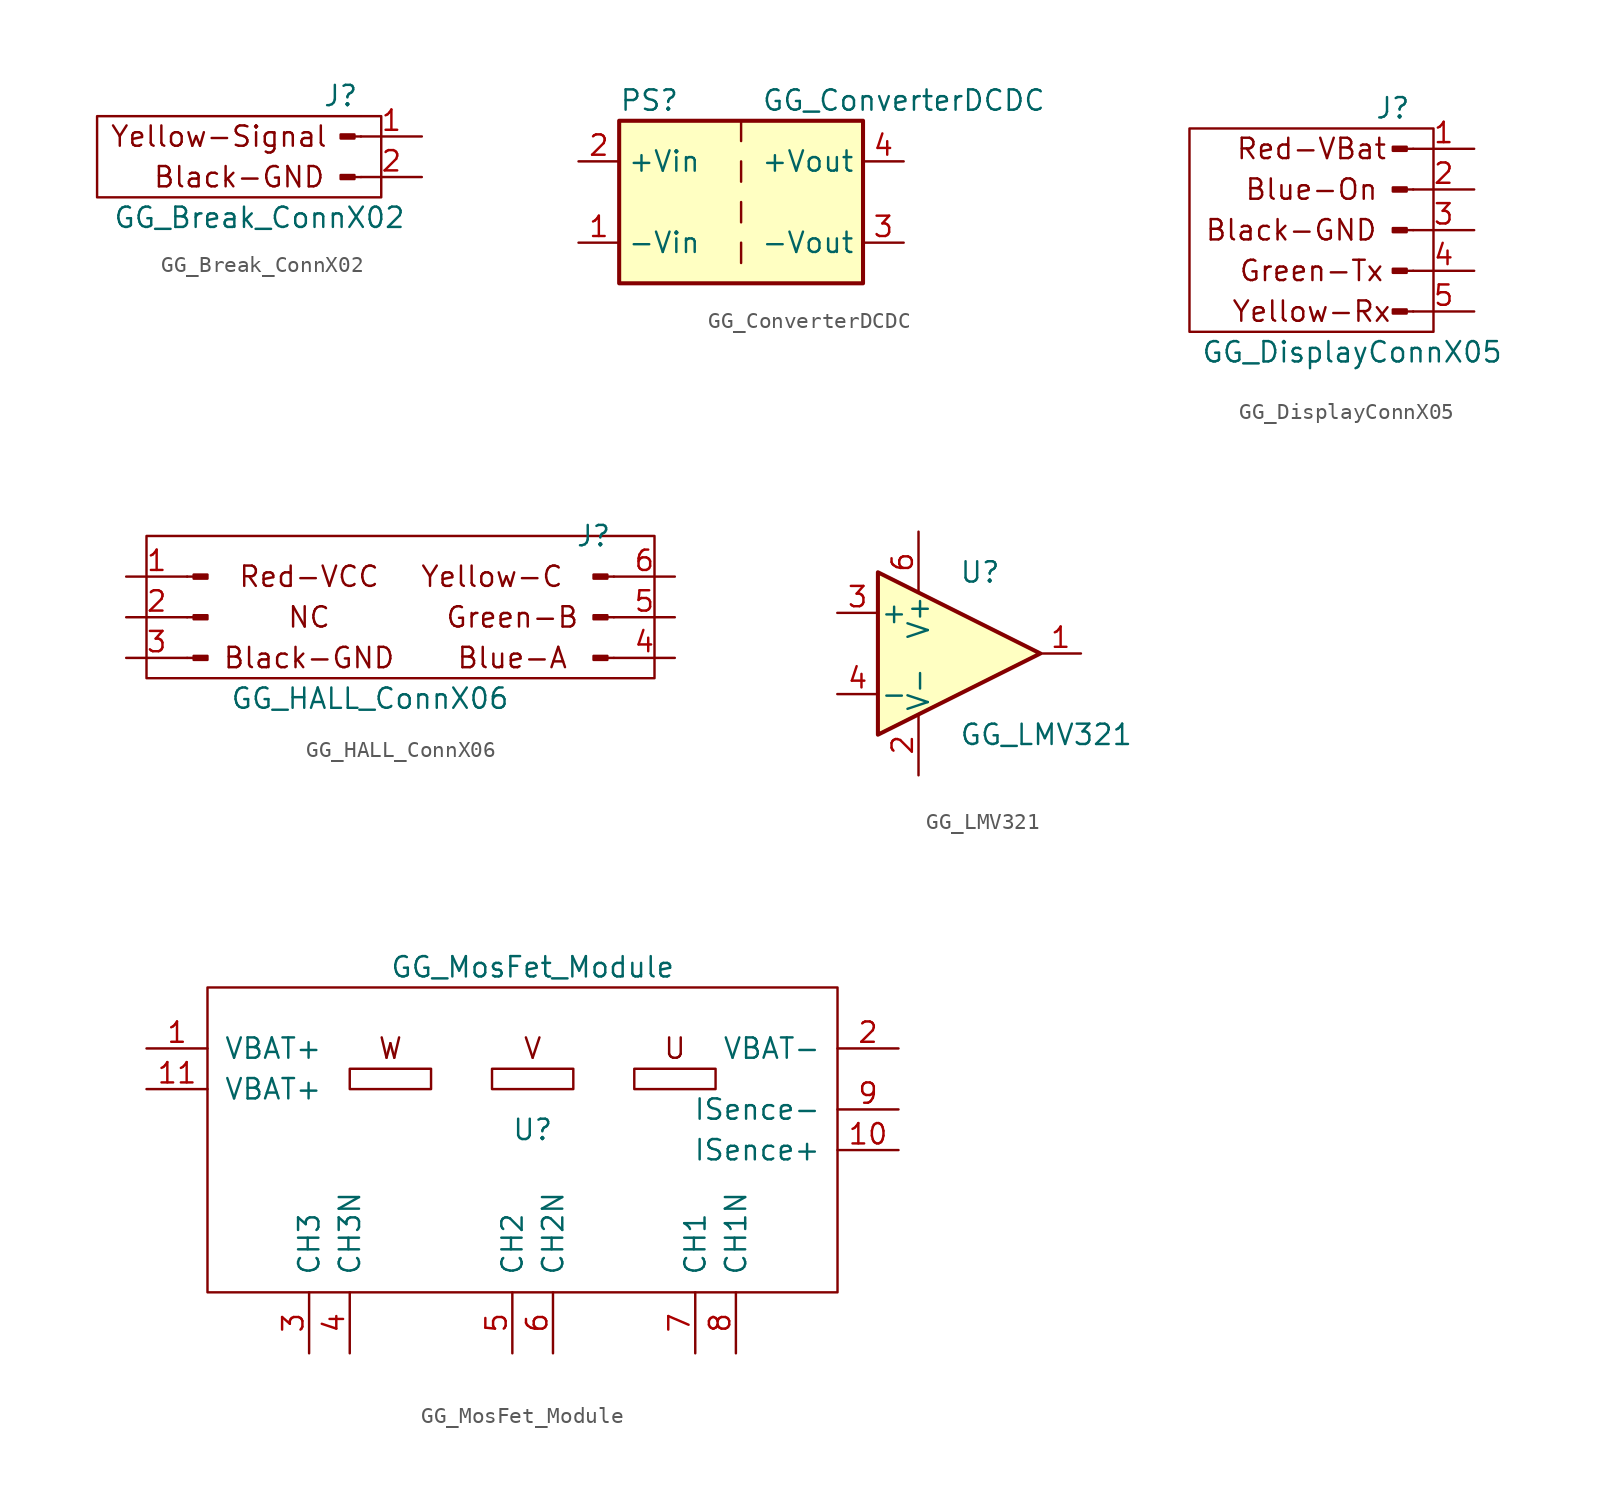
<source format=kicad_sym>
(kicad_symbol_lib
  (version 20211014)
  (generator kicad_symbol_editor)
  (symbol "GG_Break_ConnX02"
    (pin_names
      (offset 1.016) hide)
    (property "Reference" "J"
      (at 0 5.08 0)
      (effects (font (size 1.27 1.27))))
    (property "Value" "GG_Break_ConnX02"
      (at -5.08 -2.54 0)
      (effects (font (size 1.27 1.27))))
    (symbol "GG_Break_ConnX02_0_0"
      (rectangle (start -15.24 3.81) (end 2.54 -1.27) (stroke (width 0) (type default) (color 0 0 0 0)) (fill (type none)))
      (text "Black-GND" (at -6.35 0 0) (effects (font (size 1.27 1.27))))
      (text "Yellow-Signal" (at -7.62 2.54 0) (effects (font (size 1.27 1.27)))))
    (symbol "GG_Break_ConnX02_1_1"
      (polyline (pts (xy 1.27 0) (xy 0.864 0)) (stroke (width 0.152) (type default) (color 0 0 0 0)) (fill (type none)))
      (polyline (pts (xy 1.27 2.54) (xy 0.864 2.54)) (stroke (width 0.152) (type default) (color 0 0 0 0)) (fill (type none)))
      (rectangle (start 0.864 0.127) (end 0 -0.127) (stroke (width 0.152) (type default) (color 0 0 0 0)) (fill (type outline)))
      (rectangle (start 0.864 2.667) (end 0 2.413) (stroke (width 0.152) (type default) (color 0 0 0 0)) (fill (type outline)))
      (pin passive line (at 5.08 2.54 180) (length 3.81) (name "Pin_1" (effects (font (size 1.27 1.27)))) (number "1" (effects (font (size 1.27 1.27)))))
      (pin passive line (at 5.08 0 180) (length 3.81) (name "Pin_2" (effects (font (size 1.27 1.27)))) (number "2" (effects (font (size 1.27 1.27)))))))
  (symbol "GG_ConverterDCDC"
    (property "Reference" "PS"
      (at -7.62 6.35 0)
      (effects (font (size 1.27 1.27)) (justify left)))
    (property "Value" "GG_ConverterDCDC"
      (at 1.27 6.35 0)
      (effects (font (size 1.27 1.27)) (justify left)))
    (symbol "GG_ConverterDCDC_0_0"
      (pin power_in line (at -10.16 -2.54 0) (length 2.54) (name "-Vin" (effects (font (size 1.27 1.27)))) (number "1" (effects (font (size 1.27 1.27)))))
      (pin power_in line (at -10.16 2.54 0) (length 2.54) (name "+Vin" (effects (font (size 1.27 1.27)))) (number "2" (effects (font (size 1.27 1.27)))))
      (pin power_out line (at 10.16 -2.54 180) (length 2.54) (name "-Vout" (effects (font (size 1.27 1.27)))) (number "3" (effects (font (size 1.27 1.27)))))
      (pin power_out line (at 10.16 2.54 180) (length 2.54) (name "+Vout" (effects (font (size 1.27 1.27)))) (number "4" (effects (font (size 1.27 1.27))))))
    (symbol "GG_ConverterDCDC_0_1"
      (rectangle (start -7.62 5.08) (end 7.62 -5.08) (stroke (width 0.254) (type default) (color 0 0 0 0)) (fill (type background)))
      (polyline (pts (xy 0 -2.54) (xy 0 -3.81)) (stroke (width 0) (type default) (color 0 0 0 0)) (fill (type none)))
      (polyline (pts (xy 0 0) (xy 0 -1.27)) (stroke (width 0) (type default) (color 0 0 0 0)) (fill (type none)))
      (polyline (pts (xy 0 2.54) (xy 0 1.27)) (stroke (width 0) (type default) (color 0 0 0 0)) (fill (type none)))
      (polyline (pts (xy 0 5.08) (xy 0 3.81)) (stroke (width 0) (type default) (color 0 0 0 0)) (fill (type none)))))
  (symbol "GG_DisplayConnX05"
    (pin_names
      (offset 1.016) hide)
    (property "Reference" "J"
      (at 0 5.08 0)
      (effects (font (size 1.27 1.27))))
    (property "Value" "GG_DisplayConnX05"
      (at -2.54 -10.16 0)
      (effects (font (size 1.27 1.27))))
    (symbol "GG_DisplayConnX05_0_0"
      (rectangle (start -12.7 3.81) (end 2.54 -8.89) (stroke (width 0) (type default) (color 0 0 0 0)) (fill (type none)))
      (text "Black-GND" (at -6.35 -2.54 0) (effects (font (size 1.27 1.27))))
      (text "Blue-On" (at -5.08 0 0) (effects (font (size 1.27 1.27))))
      (text "Green-Tx" (at -5.08 -5.08 0) (effects (font (size 1.27 1.27))))
      (text "Red-VBat" (at -5.08 2.54 0) (effects (font (size 1.27 1.27))))
      (text "Yellow-Rx" (at -5.08 -7.62 0) (effects (font (size 1.27 1.27)))))
    (symbol "GG_DisplayConnX05_1_1"
      (polyline (pts (xy 1.27 -7.62) (xy 0.864 -7.62)) (stroke (width 0.152) (type default) (color 0 0 0 0)) (fill (type none)))
      (polyline (pts (xy 1.27 -5.08) (xy 0.864 -5.08)) (stroke (width 0.152) (type default) (color 0 0 0 0)) (fill (type none)))
      (polyline (pts (xy 1.27 -2.54) (xy 0.864 -2.54)) (stroke (width 0.152) (type default) (color 0 0 0 0)) (fill (type none)))
      (polyline (pts (xy 1.27 0) (xy 0.864 0)) (stroke (width 0.152) (type default) (color 0 0 0 0)) (fill (type none)))
      (polyline (pts (xy 1.27 2.54) (xy 0.864 2.54)) (stroke (width 0.152) (type default) (color 0 0 0 0)) (fill (type none)))
      (rectangle (start 0.864 -7.493) (end 0 -7.747) (stroke (width 0.152) (type default) (color 0 0 0 0)) (fill (type outline)))
      (rectangle (start 0.864 -4.953) (end 0 -5.207) (stroke (width 0.152) (type default) (color 0 0 0 0)) (fill (type outline)))
      (rectangle (start 0.864 -2.413) (end 0 -2.667) (stroke (width 0.152) (type default) (color 0 0 0 0)) (fill (type outline)))
      (rectangle (start 0.864 0.127) (end 0 -0.127) (stroke (width 0.152) (type default) (color 0 0 0 0)) (fill (type outline)))
      (rectangle (start 0.864 2.667) (end 0 2.413) (stroke (width 0.152) (type default) (color 0 0 0 0)) (fill (type outline)))
      (pin passive line (at 5.08 2.54 180) (length 3.81) (name "Pin_1" (effects (font (size 1.27 1.27)))) (number "1" (effects (font (size 1.27 1.27)))))
      (pin passive line (at 5.08 0 180) (length 3.81) (name "Pin_2" (effects (font (size 1.27 1.27)))) (number "2" (effects (font (size 1.27 1.27)))))
      (pin passive line (at 5.08 -2.54 180) (length 3.81) (name "Pin_3" (effects (font (size 1.27 1.27)))) (number "3" (effects (font (size 1.27 1.27)))))
      (pin passive line (at 5.08 -5.08 180) (length 3.81) (name "Pin_4" (effects (font (size 1.27 1.27)))) (number "4" (effects (font (size 1.27 1.27)))))
      (pin passive line (at 5.08 -7.62 180) (length 3.81) (name "Pin_5" (effects (font (size 1.27 1.27)))) (number "5" (effects (font (size 1.27 1.27)))))))
  (symbol "GG_HALL_ConnX06"
    (pin_names
      (offset 1.016) hide)
    (property "Reference" "J"
      (at 11.43 5.08 0)
      (effects (font (size 1.27 1.27))))
    (property "Value" "GG_HALL_ConnX06"
      (at -2.54 -5.08 0)
      (effects (font (size 1.27 1.27))))
    (symbol "GG_HALL_ConnX06_0_0"
      (rectangle (start -16.51 5.08) (end 15.24 -3.81) (stroke (width 0) (type default) (color 0 0 0 0)) (fill (type none)))
      (text "Blue-A" (at 6.35 -2.54 0) (effects (font (size 1.27 1.27))))
      (text "Green-B" (at 6.35 0 0) (effects (font (size 1.27 1.27))))
      (text "Yellow-C" (at 5.08 2.54 0) (effects (font (size 1.27 1.27)))))
    (symbol "GG_HALL_ConnX06_1_1"
      (rectangle (start -13.564 -2.413) (end -12.7 -2.667) (stroke (width 0.152) (type default) (color 0 0 0 0)) (fill (type outline)))
      (rectangle (start -13.564 0.127) (end -12.7 -0.127) (stroke (width 0.152) (type default) (color 0 0 0 0)) (fill (type outline)))
      (rectangle (start -13.564 2.667) (end -12.7 2.413) (stroke (width 0.152) (type default) (color 0 0 0 0)) (fill (type outline)))
      (polyline (pts (xy -13.97 -2.54) (xy -13.564 -2.54)) (stroke (width 0.152) (type default) (color 0 0 0 0)) (fill (type none)))
      (polyline (pts (xy -13.97 0) (xy -13.564 0)) (stroke (width 0.152) (type default) (color 0 0 0 0)) (fill (type none)))
      (polyline (pts (xy -13.97 2.54) (xy -13.564 2.54)) (stroke (width 0.152) (type default) (color 0 0 0 0)) (fill (type none)))
      (polyline (pts (xy 12.7 -2.54) (xy 12.294 -2.54)) (stroke (width 0.152) (type default) (color 0 0 0 0)) (fill (type none)))
      (polyline (pts (xy 12.7 0) (xy 12.294 0)) (stroke (width 0.152) (type default) (color 0 0 0 0)) (fill (type none)))
      (polyline (pts (xy 12.7 2.54) (xy 12.294 2.54)) (stroke (width 0.152) (type default) (color 0 0 0 0)) (fill (type none)))
      (rectangle (start 12.294 -2.413) (end 11.43 -2.667) (stroke (width 0.152) (type default) (color 0 0 0 0)) (fill (type outline)))
      (rectangle (start 12.294 0.127) (end 11.43 -0.127) (stroke (width 0.152) (type default) (color 0 0 0 0)) (fill (type outline)))
      (rectangle (start 12.294 2.667) (end 11.43 2.413) (stroke (width 0.152) (type default) (color 0 0 0 0)) (fill (type outline)))
      (text "Black-GND" (at -6.35 -2.54 0) (effects (font (size 1.27 1.27))))
      (text "NC" (at -6.35 0 0) (effects (font (size 1.27 1.27))))
      (text "Red-VCC" (at -6.35 2.54 0) (effects (font (size 1.27 1.27))))
      (pin passive line (at -17.78 2.54 0) (length 3.81) (name "Pin_1" (effects (font (size 1.27 1.27)))) (number "1" (effects (font (size 1.27 1.27)))))
      (pin passive line (at -17.78 0 0) (length 3.81) (name "Pin_2" (effects (font (size 1.27 1.27)))) (number "2" (effects (font (size 1.27 1.27)))))
      (pin passive line (at -17.78 -2.54 0) (length 3.81) (name "Pin_3" (effects (font (size 1.27 1.27)))) (number "3" (effects (font (size 1.27 1.27)))))
      (pin passive line (at 16.51 -2.54 180) (length 3.81) (name "Pin_4" (effects (font (size 1.27 1.27)))) (number "4" (effects (font (size 1.27 1.27)))))
      (pin passive line (at 16.51 0 180) (length 3.81) (name "Pin_5" (effects (font (size 1.27 1.27)))) (number "5" (effects (font (size 1.27 1.27)))))
      (pin passive line (at 16.51 2.54 180) (length 3.81) (name "Pin_6" (effects (font (size 1.27 1.27)))) (number "6" (effects (font (size 1.27 1.27)))))))
  (symbol "GG_LMV321"
    (pin_names
      (offset 0.127))
    (property "Reference" "U"
      (at 0 5.08 0)
      (effects (font (size 1.27 1.27)) (justify left)))
    (property "Value" "GG_LMV321"
      (at 0 -5.08 0)
      (effects (font (size 1.27 1.27)) (justify left)))
    (symbol "GG_LMV321_0_1"
      (polyline (pts (xy -5.08 5.08) (xy 5.08 0) (xy -5.08 -5.08) (xy -5.08 5.08)) (stroke (width 0.254) (type default) (color 0 0 0 0)) (fill (type background)))
      (pin power_in line (at -2.54 -7.62 90) (length 3.81) (name "V-" (effects (font (size 1.27 1.27)))) (number "2" (effects (font (size 1.27 1.27)))))
      (pin power_in line (at -2.54 7.62 270) (length 3.81) (name "V+" (effects (font (size 1.27 1.27)))) (number "6" (effects (font (size 1.27 1.27))))))
    (symbol "GG_LMV321_1_1"
      (pin output line (at 7.62 0 180) (length 2.54) (name "~" (effects (font (size 1.27 1.27)))) (number "1" (effects (font (size 1.27 1.27)))))
      (pin input line (at -7.62 2.54 0) (length 2.54) (name "+" (effects (font (size 1.27 1.27)))) (number "3" (effects (font (size 1.27 1.27)))))
      (pin input line (at -7.62 -2.54 0) (length 2.54) (name "-" (effects (font (size 1.27 1.27)))) (number "4" (effects (font (size 1.27 1.27)))))))
  (symbol "GG_MosFet_Module"
    (pin_names
      (offset 1.016))
    (property "Reference" "U"
      (at 0 5.08 0)
      (effects (font (size 1.27 1.27))))
    (property "Value" "GG_MosFet_Module"
      (at 0 15.24 0)
      (effects (font (size 1.27 1.27))))
    (symbol "GG_MosFet_Module_0_0"
      (rectangle (start -20.32 13.97) (end 19.05 -5.08) (stroke (width 0) (type default) (color 0 0 0 0)) (fill (type none)))
      (polyline (pts (xy -11.43 8.89) (xy -6.35 8.89) (xy -6.35 7.62) (xy -11.43 7.62) (xy -11.43 8.89)) (stroke (width 0.152) (type default) (color 0 0 0 0)) (fill (type none)))
      (polyline (pts (xy -2.54 8.89) (xy 2.54 8.89) (xy 2.54 7.62) (xy -2.54 7.62) (xy -2.54 8.89)) (stroke (width 0.152) (type default) (color 0 0 0 0)) (fill (type none)))
      (polyline (pts (xy 6.35 8.89) (xy 11.43 8.89) (xy 11.43 7.62) (xy 6.35 7.62) (xy 6.35 8.89)) (stroke (width 0.152) (type default) (color 0 0 0 0)) (fill (type none)))
      (text "U" (at 8.89 10.16 0) (effects (font (size 1.27 1.27))))
      (text "V" (at 0 10.16 0) (effects (font (size 1.27 1.27))))
      (text "W" (at -8.89 10.16 0) (effects (font (size 1.27 1.27)))))
    (symbol "GG_MosFet_Module_1_1"
      (pin input line (at -24.13 10.16 0) (length 3.81) (name "VBAT+" (effects (font (size 1.27 1.27)))) (number "1" (effects (font (size 1.27 1.27)))))
      (pin output line (at 22.86 3.81 180) (length 3.81) (name "ISence+" (effects (font (size 1.27 1.27)))) (number "10" (effects (font (size 1.27 1.27)))))
      (pin input line (at -24.13 7.62 0) (length 3.81) (name "VBAT+" (effects (font (size 1.27 1.27)))) (number "11" (effects (font (size 1.27 1.27)))))
      (pin input line (at 22.86 10.16 180) (length 3.81) (name "VBAT-" (effects (font (size 1.27 1.27)))) (number "2" (effects (font (size 1.27 1.27)))))
      (pin input line (at -13.97 -8.89 90) (length 3.81) (name "CH3" (effects (font (size 1.27 1.27)))) (number "3" (effects (font (size 1.27 1.27)))))
      (pin passive line (at -11.43 -8.89 90) (length 3.81) (name "CH3N" (effects (font (size 1.27 1.27)))) (number "4" (effects (font (size 1.27 1.27)))))
      (pin input line (at -1.27 -8.89 90) (length 3.81) (name "CH2" (effects (font (size 1.27 1.27)))) (number "5" (effects (font (size 1.27 1.27)))))
      (pin passive line (at 1.27 -8.89 90) (length 3.81) (name "CH2N" (effects (font (size 1.27 1.27)))) (number "6" (effects (font (size 1.27 1.27)))))
      (pin input line (at 10.16 -8.89 90) (length 3.81) (name "CH1" (effects (font (size 1.27 1.27)))) (number "7" (effects (font (size 1.27 1.27)))))
      (pin passive line (at 12.7 -8.89 90) (length 3.81) (name "CH1N" (effects (font (size 1.27 1.27)))) (number "8" (effects (font (size 1.27 1.27)))))
      (pin output line (at 22.86 6.35 180) (length 3.81) (name "ISence-" (effects (font (size 1.27 1.27)))) (number "9" (effects (font (size 1.27 1.27))))))))
</source>
